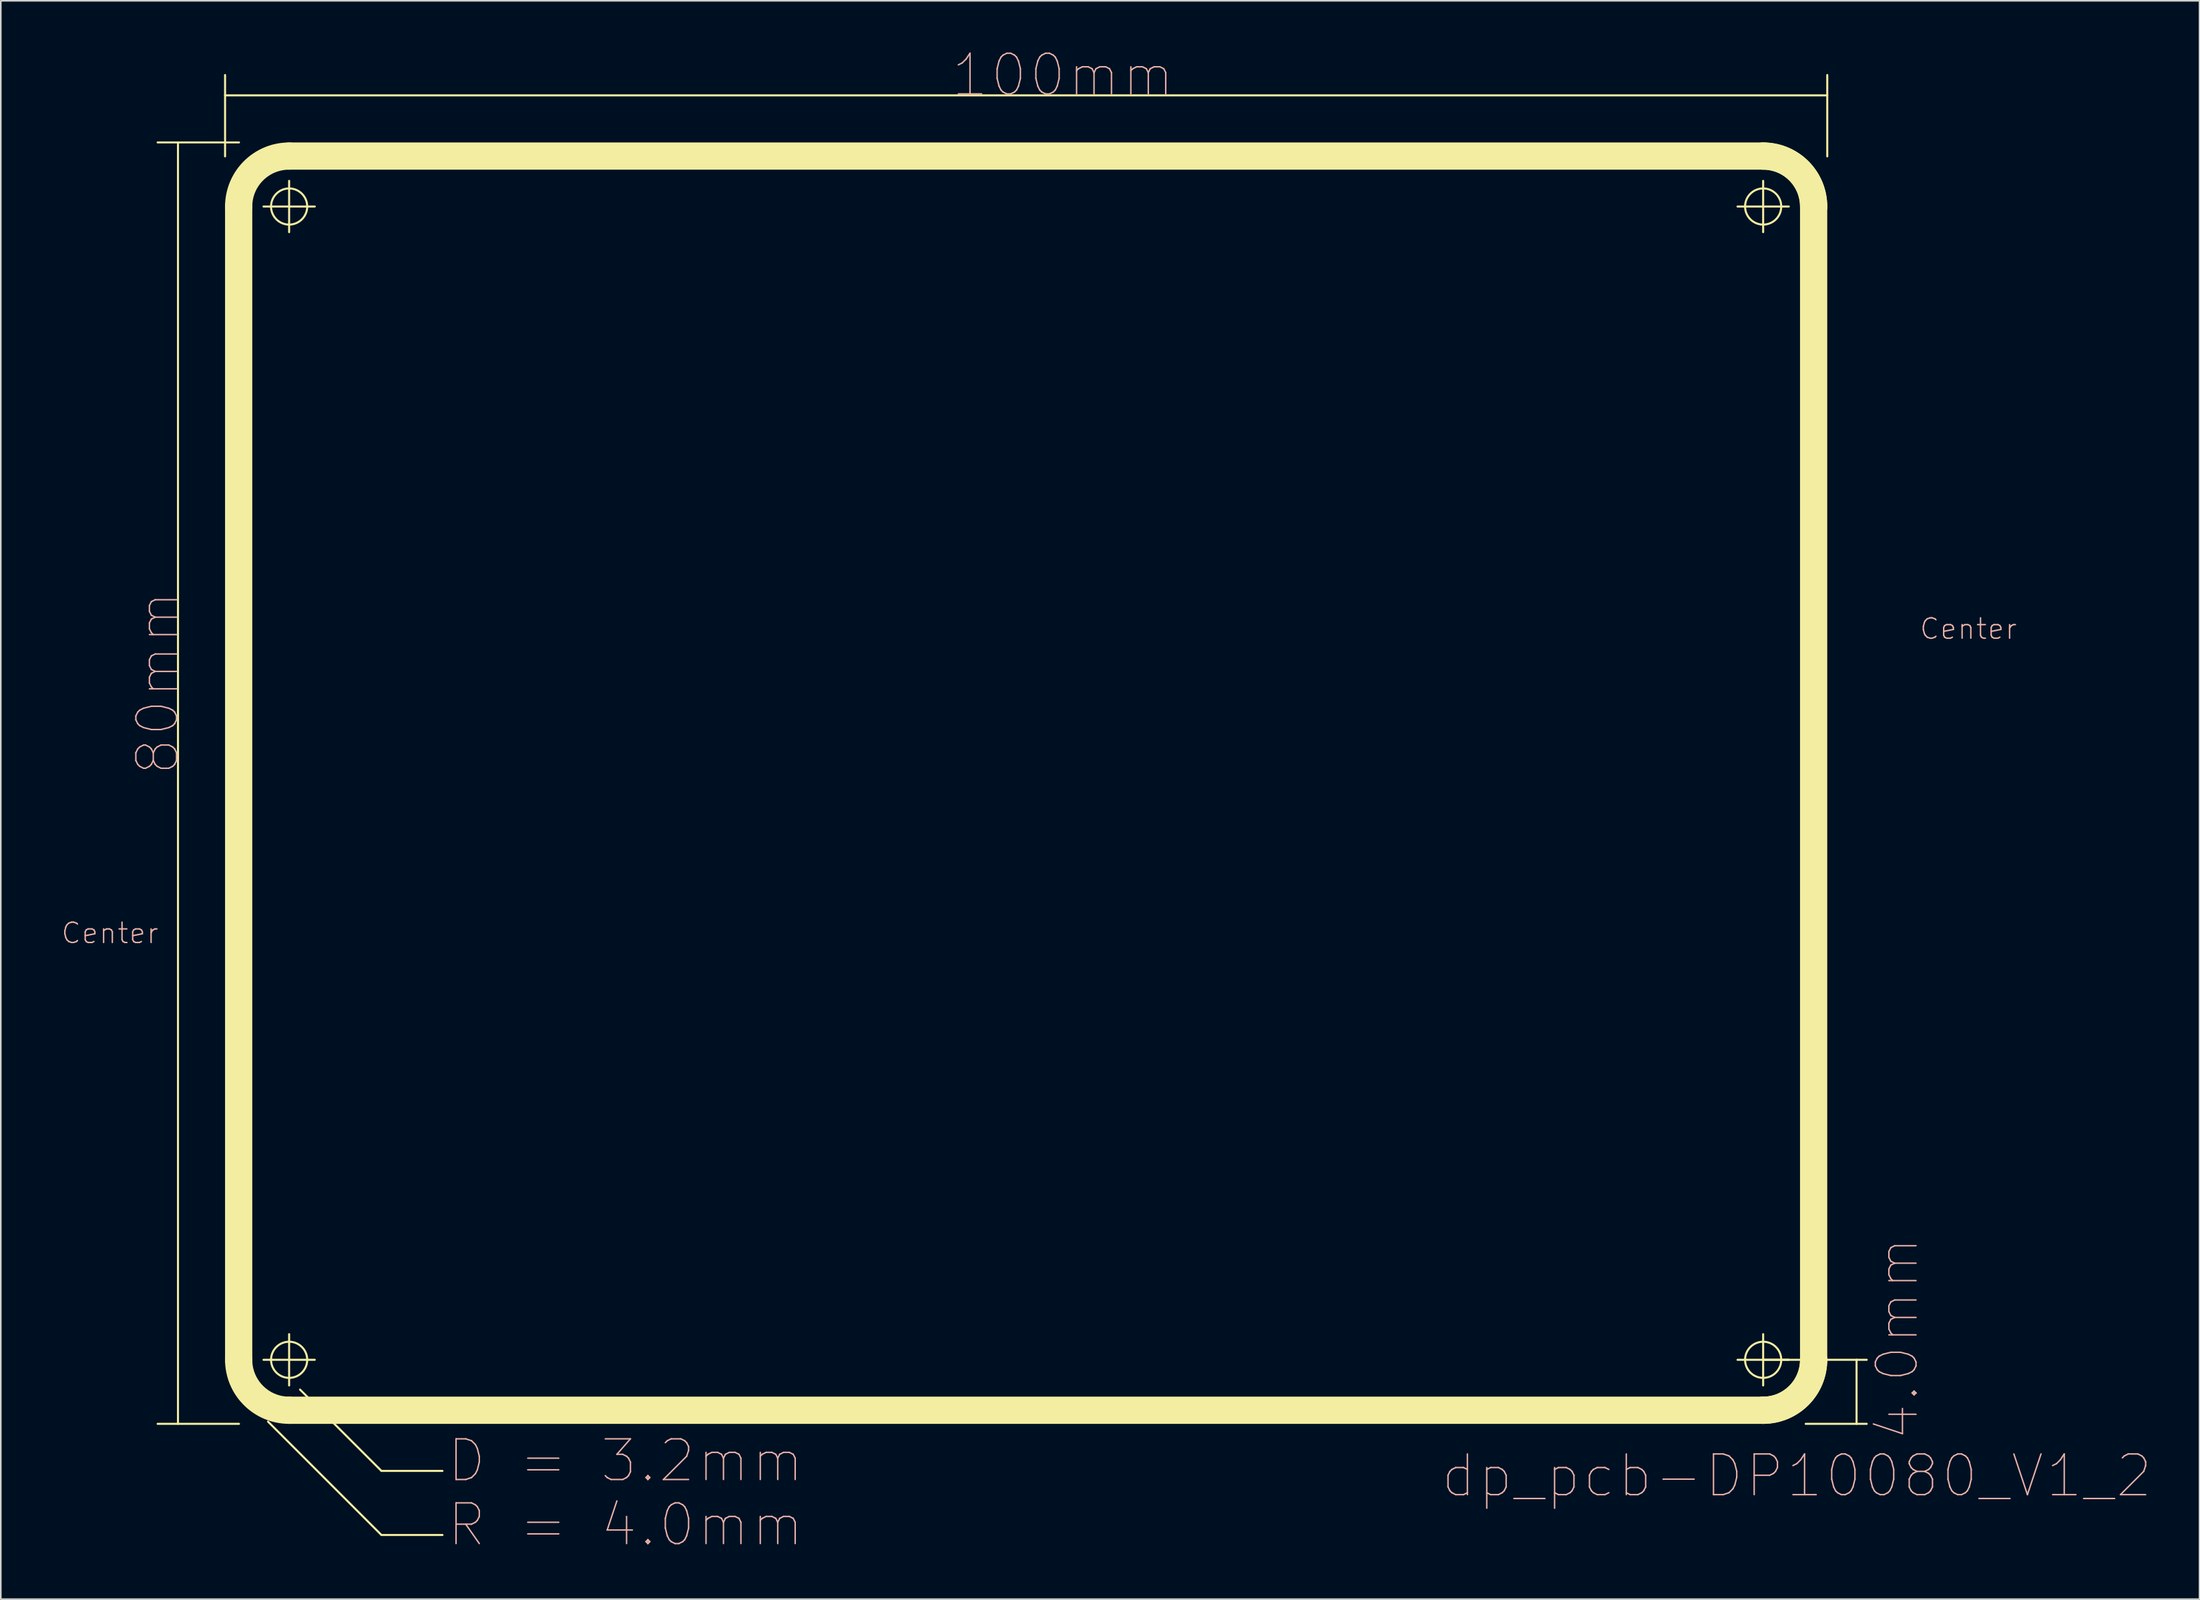
<source format=kicad_pcb>
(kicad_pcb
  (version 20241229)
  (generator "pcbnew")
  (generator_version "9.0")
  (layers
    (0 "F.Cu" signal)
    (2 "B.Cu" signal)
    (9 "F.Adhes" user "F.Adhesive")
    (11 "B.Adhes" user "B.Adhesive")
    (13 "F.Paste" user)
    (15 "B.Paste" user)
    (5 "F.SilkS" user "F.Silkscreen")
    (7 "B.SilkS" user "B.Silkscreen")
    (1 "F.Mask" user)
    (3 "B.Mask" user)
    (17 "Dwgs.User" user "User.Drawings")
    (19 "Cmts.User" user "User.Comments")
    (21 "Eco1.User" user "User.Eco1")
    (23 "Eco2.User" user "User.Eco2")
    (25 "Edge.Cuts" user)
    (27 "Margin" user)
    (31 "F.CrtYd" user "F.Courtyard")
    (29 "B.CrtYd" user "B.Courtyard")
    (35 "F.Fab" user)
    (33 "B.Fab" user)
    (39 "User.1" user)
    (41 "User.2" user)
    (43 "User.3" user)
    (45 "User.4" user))
  (footprint "dp_pcb-DP10080_V1_2"
    (layer "F.Cu")
    (at 10.998 85.842)
    (property "Reference" "dp_pcb-DP10080_V1_2" (at 98.1 3.25 0) (layer "B.SilkS") (effects (font (size 2.54 2.54) (thickness 0.089))))
    (attr exclude_from_pos_files exclude_from_bom)
    (fp_line (start -4.999 -30) (end -10.998 -30) (stroke (width 0.00012) (type solid)) (layer "F.SilkS"))
    (fp_line (start -4.209 -80) (end 0.869 -80) (stroke (width 0.127) (type solid)) (layer "F.SilkS"))
    (fp_line (start -4.209 0) (end 0.869 0) (stroke (width 0.127) (type solid)) (layer "F.SilkS"))
    (fp_line (start -2.939 -80) (end -2.939 0) (stroke (width 0.127) (type solid)) (layer "F.SilkS"))
    (fp_line (start 0 -84.209) (end 0 -79.129) (stroke (width 0.127) (type solid)) (layer "F.SilkS"))
    (fp_line (start 0 -75.999) (end 0 -3.998) (stroke (width 0.00012) (type solid)) (layer "F.SilkS"))
    (fp_line (start 0 -75.999) (end 0.033 -76.52) (stroke (width 0.00012) (type solid)) (layer "F.SilkS"))
    (fp_line (start 0 -75.999) (end 0.033 -76.52) (stroke (width 0.00012) (type solid)) (layer "F.SilkS"))
    (fp_line (start 0 -75.999) (end 0.033 -76.52) (stroke (width 0.00012) (type solid)) (layer "F.SilkS"))
    (fp_line (start 0 -73) (end 0 -75.999) (stroke (width 0.00012) (type solid)) (layer "F.SilkS"))
    (fp_line (start 0 -73) (end 0 -75.999) (stroke (width 0.00012) (type solid)) (layer "F.SilkS"))
    (fp_line (start 0 -73) (end 0 -75.999) (stroke (width 0.00012) (type solid)) (layer "F.SilkS"))
    (fp_line (start 0 -40) (end 100 -40) (stroke (width 0.00012) (type solid)) (layer "F.SilkS"))
    (fp_line (start 0 -6.998) (end 3.998 -6.998) (stroke (width 0.00012) (type solid)) (layer "F.SilkS"))
    (fp_line (start 0 -6.998) (end 3.998 -6.998) (stroke (width 0.00012) (type solid)) (layer "F.SilkS"))
    (fp_line (start 0 -6.998) (end 3.998 -6.998) (stroke (width 0.00012) (type solid)) (layer "F.SilkS"))
    (fp_line (start 0 -3.998) (end 0 -6.998) (stroke (width 0.00012) (type solid)) (layer "F.SilkS"))
    (fp_line (start 0 -3.998) (end 0 -6.998) (stroke (width 0.00012) (type solid)) (layer "F.SilkS"))
    (fp_line (start 0 -3.998) (end 0 -6.998) (stroke (width 0.00012) (type solid)) (layer "F.SilkS"))
    (fp_line (start 0.033 -76.52) (end 0.135 -77.033) (stroke (width 0.00012) (type solid)) (layer "F.SilkS"))
    (fp_line (start 0.033 -76.52) (end 0.135 -77.033) (stroke (width 0.00012) (type solid)) (layer "F.SilkS"))
    (fp_line (start 0.033 -76.52) (end 0.135 -77.033) (stroke (width 0.00012) (type solid)) (layer "F.SilkS"))
    (fp_line (start 0.033 -3.477) (end 0 -3.998) (stroke (width 0.00012) (type solid)) (layer "F.SilkS"))
    (fp_line (start 0.033 -3.477) (end 0 -3.998) (stroke (width 0.00012) (type solid)) (layer "F.SilkS"))
    (fp_line (start 0.033 -3.477) (end 0 -3.998) (stroke (width 0.00012) (type solid)) (layer "F.SilkS"))
    (fp_line (start 0.135 -77.033) (end 0.302 -77.528) (stroke (width 0.00012) (type solid)) (layer "F.SilkS"))
    (fp_line (start 0.135 -77.033) (end 0.302 -77.528) (stroke (width 0.00012) (type solid)) (layer "F.SilkS"))
    (fp_line (start 0.135 -77.033) (end 0.302 -77.528) (stroke (width 0.00012) (type solid)) (layer "F.SilkS"))
    (fp_line (start 0.135 -2.964) (end 0.033 -3.477) (stroke (width 0.00012) (type solid)) (layer "F.SilkS"))
    (fp_line (start 0.135 -2.964) (end 0.033 -3.477) (stroke (width 0.00012) (type solid)) (layer "F.SilkS"))
    (fp_line (start 0.135 -2.964) (end 0.033 -3.477) (stroke (width 0.00012) (type solid)) (layer "F.SilkS"))
    (fp_line (start 0.302 -77.528) (end 0.533 -77.998) (stroke (width 0.00012) (type solid)) (layer "F.SilkS"))
    (fp_line (start 0.302 -77.528) (end 0.533 -77.998) (stroke (width 0.00012) (type solid)) (layer "F.SilkS"))
    (fp_line (start 0.302 -77.528) (end 0.533 -77.998) (stroke (width 0.00012) (type solid)) (layer "F.SilkS"))
    (fp_line (start 0.302 -2.469) (end 0.135 -2.964) (stroke (width 0.00012) (type solid)) (layer "F.SilkS"))
    (fp_line (start 0.302 -2.469) (end 0.135 -2.964) (stroke (width 0.00012) (type solid)) (layer "F.SilkS"))
    (fp_line (start 0.302 -2.469) (end 0.135 -2.964) (stroke (width 0.00012) (type solid)) (layer "F.SilkS"))
    (fp_line (start 0.533 -77.998) (end 0.826 -78.433) (stroke (width 0.00012) (type solid)) (layer "F.SilkS"))
    (fp_line (start 0.533 -77.998) (end 0.826 -78.433) (stroke (width 0.00012) (type solid)) (layer "F.SilkS"))
    (fp_line (start 0.533 -77.998) (end 0.826 -78.433) (stroke (width 0.00012) (type solid)) (layer "F.SilkS"))
    (fp_line (start 0.533 -1.999) (end 0.302 -2.469) (stroke (width 0.00012) (type solid)) (layer "F.SilkS"))
    (fp_line (start 0.533 -1.999) (end 0.302 -2.469) (stroke (width 0.00012) (type solid)) (layer "F.SilkS"))
    (fp_line (start 0.533 -1.999) (end 0.302 -2.469) (stroke (width 0.00012) (type solid)) (layer "F.SilkS"))
    (fp_line (start 0.826 -78.433) (end 1.171 -78.826) (stroke (width 0.00012) (type solid)) (layer "F.SilkS"))
    (fp_line (start 0.826 -78.433) (end 1.171 -78.826) (stroke (width 0.00012) (type solid)) (layer "F.SilkS"))
    (fp_line (start 0.826 -78.433) (end 1.171 -78.826) (stroke (width 0.00012) (type solid)) (layer "F.SilkS"))
    (fp_line (start 0.826 -1.565) (end 0.533 -1.999) (stroke (width 0.00012) (type solid)) (layer "F.SilkS"))
    (fp_line (start 0.826 -1.565) (end 0.533 -1.999) (stroke (width 0.00012) (type solid)) (layer "F.SilkS"))
    (fp_line (start 0.826 -1.565) (end 0.533 -1.999) (stroke (width 0.00012) (type solid)) (layer "F.SilkS"))
    (fp_line (start 0.848 -3.998) (end 0.848 -75.999) (stroke (width 1.699) (type solid)) (layer "F.SilkS"))
    (fp_line (start 1.171 -78.826) (end 1.565 -79.172) (stroke (width 0.00012) (type solid)) (layer "F.SilkS"))
    (fp_line (start 1.171 -78.826) (end 1.565 -79.172) (stroke (width 0.00012) (type solid)) (layer "F.SilkS"))
    (fp_line (start 1.171 -78.826) (end 1.565 -79.172) (stroke (width 0.00012) (type solid)) (layer "F.SilkS"))
    (fp_line (start 1.171 -1.171) (end 0.826 -1.565) (stroke (width 0.00012) (type solid)) (layer "F.SilkS"))
    (fp_line (start 1.171 -1.171) (end 0.826 -1.565) (stroke (width 0.00012) (type solid)) (layer "F.SilkS"))
    (fp_line (start 1.171 -1.171) (end 0.826 -1.565) (stroke (width 0.00012) (type solid)) (layer "F.SilkS"))
    (fp_line (start 1.565 -79.172) (end 1.999 -79.464) (stroke (width 0.00012) (type solid)) (layer "F.SilkS"))
    (fp_line (start 1.565 -79.172) (end 1.999 -79.464) (stroke (width 0.00012) (type solid)) (layer "F.SilkS"))
    (fp_line (start 1.565 -79.172) (end 1.999 -79.464) (stroke (width 0.00012) (type solid)) (layer "F.SilkS"))
    (fp_line (start 1.565 -0.826) (end 1.171 -1.171) (stroke (width 0.00012) (type solid)) (layer "F.SilkS"))
    (fp_line (start 1.565 -0.826) (end 1.171 -1.171) (stroke (width 0.00012) (type solid)) (layer "F.SilkS"))
    (fp_line (start 1.565 -0.826) (end 1.171 -1.171) (stroke (width 0.00012) (type solid)) (layer "F.SilkS"))
    (fp_line (start 1.999 -79.464) (end 2.469 -79.695) (stroke (width 0.00012) (type solid)) (layer "F.SilkS"))
    (fp_line (start 1.999 -79.464) (end 2.469 -79.695) (stroke (width 0.00012) (type solid)) (layer "F.SilkS"))
    (fp_line (start 1.999 -79.464) (end 2.469 -79.695) (stroke (width 0.00012) (type solid)) (layer "F.SilkS"))
    (fp_line (start 1.999 -0.533) (end 1.565 -0.826) (stroke (width 0.00012) (type solid)) (layer "F.SilkS"))
    (fp_line (start 1.999 -0.533) (end 1.565 -0.826) (stroke (width 0.00012) (type solid)) (layer "F.SilkS"))
    (fp_line (start 1.999 -0.533) (end 1.565 -0.826) (stroke (width 0.00012) (type solid)) (layer "F.SilkS"))
    (fp_line (start 2.398 -75.999) (end 5.598 -75.999) (stroke (width 0.127) (type solid)) (layer "F.SilkS"))
    (fp_line (start 2.398 -3.998) (end 5.598 -3.998) (stroke (width 0.127) (type solid)) (layer "F.SilkS"))
    (fp_line (start 2.469 -79.695) (end 2.964 -79.863) (stroke (width 0.00012) (type solid)) (layer "F.SilkS"))
    (fp_line (start 2.469 -79.695) (end 2.964 -79.863) (stroke (width 0.00012) (type solid)) (layer "F.SilkS"))
    (fp_line (start 2.469 -79.695) (end 2.964 -79.863) (stroke (width 0.00012) (type solid)) (layer "F.SilkS"))
    (fp_line (start 2.469 -0.302) (end 1.999 -0.533) (stroke (width 0.00012) (type solid)) (layer "F.SilkS"))
    (fp_line (start 2.469 -0.302) (end 1.999 -0.533) (stroke (width 0.00012) (type solid)) (layer "F.SilkS"))
    (fp_line (start 2.469 -0.302) (end 1.999 -0.533) (stroke (width 0.00012) (type solid)) (layer "F.SilkS"))
    (fp_line (start 2.68 -0.14) (end 9.759 6.939) (stroke (width 0.127) (type solid)) (layer "F.SilkS"))
    (fp_line (start 2.964 -79.863) (end 3.477 -79.964) (stroke (width 0.00012) (type solid)) (layer "F.SilkS"))
    (fp_line (start 2.964 -79.863) (end 3.477 -79.964) (stroke (width 0.00012) (type solid)) (layer "F.SilkS"))
    (fp_line (start 2.964 -79.863) (end 3.477 -79.964) (stroke (width 0.00012) (type solid)) (layer "F.SilkS"))
    (fp_line (start 2.964 -0.135) (end 2.469 -0.302) (stroke (width 0.00012) (type solid)) (layer "F.SilkS"))
    (fp_line (start 2.964 -0.135) (end 2.469 -0.302) (stroke (width 0.00012) (type solid)) (layer "F.SilkS"))
    (fp_line (start 2.964 -0.135) (end 2.469 -0.302) (stroke (width 0.00012) (type solid)) (layer "F.SilkS"))
    (fp_line (start 3.477 -79.964) (end 3.998 -80) (stroke (width 0.00012) (type solid)) (layer "F.SilkS"))
    (fp_line (start 3.477 -79.964) (end 3.998 -80) (stroke (width 0.00012) (type solid)) (layer "F.SilkS"))
    (fp_line (start 3.477 -79.964) (end 3.998 -80) (stroke (width 0.00012) (type solid)) (layer "F.SilkS"))
    (fp_line (start 3.477 -0.033) (end 2.964 -0.135) (stroke (width 0.00012) (type solid)) (layer "F.SilkS"))
    (fp_line (start 3.477 -0.033) (end 2.964 -0.135) (stroke (width 0.00012) (type solid)) (layer "F.SilkS"))
    (fp_line (start 3.477 -0.033) (end 2.964 -0.135) (stroke (width 0.00012) (type solid)) (layer "F.SilkS"))
    (fp_line (start 3.998 -80) (end 6.998 -80) (stroke (width 0.00012) (type solid)) (layer "F.SilkS"))
    (fp_line (start 3.998 -80) (end 6.998 -80) (stroke (width 0.00012) (type solid)) (layer "F.SilkS"))
    (fp_line (start 3.998 -80) (end 6.998 -80) (stroke (width 0.00012) (type solid)) (layer "F.SilkS"))
    (fp_line (start 3.998 -79.149) (end 95.999 -79.149) (stroke (width 1.699) (type solid)) (layer "F.SilkS"))
    (fp_line (start 3.998 -74.399) (end 3.998 -77.6) (stroke (width 0.127) (type solid)) (layer "F.SilkS"))
    (fp_line (start 3.998 -73) (end 0 -73) (stroke (width 0.00012) (type solid)) (layer "F.SilkS"))
    (fp_line (start 3.998 -73) (end 0 -73) (stroke (width 0.00012) (type solid)) (layer "F.SilkS"))
    (fp_line (start 3.998 -73) (end 0 -73) (stroke (width 0.00012) (type solid)) (layer "F.SilkS"))
    (fp_line (start 3.998 -38.999) (end -4.999 -30) (stroke (width 0.00012) (type solid)) (layer "F.SilkS"))
    (fp_line (start 3.998 -6.998) (end 4.425 -6.967) (stroke (width 0.00012) (type solid)) (layer "F.SilkS"))
    (fp_line (start 3.998 -6.998) (end 4.425 -6.967) (stroke (width 0.00012) (type solid)) (layer "F.SilkS"))
    (fp_line (start 3.998 -6.998) (end 4.425 -6.967) (stroke (width 0.00012) (type solid)) (layer "F.SilkS"))
    (fp_line (start 3.998 -2.398) (end 3.998 -5.598) (stroke (width 0.127) (type solid)) (layer "F.SilkS"))
    (fp_line (start 3.998 0) (end 3.477 -0.033) (stroke (width 0.00012) (type solid)) (layer "F.SilkS"))
    (fp_line (start 3.998 0) (end 3.477 -0.033) (stroke (width 0.00012) (type solid)) (layer "F.SilkS"))
    (fp_line (start 3.998 0) (end 3.477 -0.033) (stroke (width 0.00012) (type solid)) (layer "F.SilkS"))
    (fp_line (start 3.998 0) (end 95.999 0) (stroke (width 0.00012) (type solid)) (layer "F.SilkS"))
    (fp_line (start 4.425 -73.03) (end 3.998 -73) (stroke (width 0.00012) (type solid)) (layer "F.SilkS"))
    (fp_line (start 4.425 -73.03) (end 3.998 -73) (stroke (width 0.00012) (type solid)) (layer "F.SilkS"))
    (fp_line (start 4.425 -73.03) (end 3.998 -73) (stroke (width 0.00012) (type solid)) (layer "F.SilkS"))
    (fp_line (start 4.425 -6.967) (end 4.844 -6.878) (stroke (width 0.00012) (type solid)) (layer "F.SilkS"))
    (fp_line (start 4.425 -6.967) (end 4.844 -6.878) (stroke (width 0.00012) (type solid)) (layer "F.SilkS"))
    (fp_line (start 4.425 -6.967) (end 4.844 -6.878) (stroke (width 0.00012) (type solid)) (layer "F.SilkS"))
    (fp_line (start 4.679 -2.139) (end 9.759 2.939) (stroke (width 0.127) (type solid)) (layer "F.SilkS"))
    (fp_line (start 4.844 -73.122) (end 4.425 -73.03) (stroke (width 0.00012) (type solid)) (layer "F.SilkS"))
    (fp_line (start 4.844 -73.122) (end 4.425 -73.03) (stroke (width 0.00012) (type solid)) (layer "F.SilkS"))
    (fp_line (start 4.844 -73.122) (end 4.425 -73.03) (stroke (width 0.00012) (type solid)) (layer "F.SilkS"))
    (fp_line (start 4.844 -6.878) (end 5.245 -6.728) (stroke (width 0.00012) (type solid)) (layer "F.SilkS"))
    (fp_line (start 4.844 -6.878) (end 5.245 -6.728) (stroke (width 0.00012) (type solid)) (layer "F.SilkS"))
    (fp_line (start 4.844 -6.878) (end 5.245 -6.728) (stroke (width 0.00012) (type solid)) (layer "F.SilkS"))
    (fp_line (start 5.245 -73.269) (end 4.844 -73.122) (stroke (width 0.00012) (type solid)) (layer "F.SilkS"))
    (fp_line (start 5.245 -73.269) (end 4.844 -73.122) (stroke (width 0.00012) (type solid)) (layer "F.SilkS"))
    (fp_line (start 5.245 -73.269) (end 4.844 -73.122) (stroke (width 0.00012) (type solid)) (layer "F.SilkS"))
    (fp_line (start 5.245 -6.728) (end 5.621 -6.523) (stroke (width 0.00012) (type solid)) (layer "F.SilkS"))
    (fp_line (start 5.245 -6.728) (end 5.621 -6.523) (stroke (width 0.00012) (type solid)) (layer "F.SilkS"))
    (fp_line (start 5.245 -6.728) (end 5.621 -6.523) (stroke (width 0.00012) (type solid)) (layer "F.SilkS"))
    (fp_line (start 5.248 -41.999) (end 5.248 -37.998) (stroke (width 0.00012) (type solid)) (layer "F.SilkS"))
    (fp_line (start 5.621 -73.475) (end 5.245 -73.269) (stroke (width 0.00012) (type solid)) (layer "F.SilkS"))
    (fp_line (start 5.621 -73.475) (end 5.245 -73.269) (stroke (width 0.00012) (type solid)) (layer "F.SilkS"))
    (fp_line (start 5.621 -73.475) (end 5.245 -73.269) (stroke (width 0.00012) (type solid)) (layer "F.SilkS"))
    (fp_line (start 5.621 -6.523) (end 5.964 -6.266) (stroke (width 0.00012) (type solid)) (layer "F.SilkS"))
    (fp_line (start 5.621 -6.523) (end 5.964 -6.266) (stroke (width 0.00012) (type solid)) (layer "F.SilkS"))
    (fp_line (start 5.621 -6.523) (end 5.964 -6.266) (stroke (width 0.00012) (type solid)) (layer "F.SilkS"))
    (fp_line (start 5.964 -73.731) (end 5.621 -73.475) (stroke (width 0.00012) (type solid)) (layer "F.SilkS"))
    (fp_line (start 5.964 -73.731) (end 5.621 -73.475) (stroke (width 0.00012) (type solid)) (layer "F.SilkS"))
    (fp_line (start 5.964 -73.731) (end 5.621 -73.475) (stroke (width 0.00012) (type solid)) (layer "F.SilkS"))
    (fp_line (start 5.964 -6.266) (end 6.266 -5.964) (stroke (width 0.00012) (type solid)) (layer "F.SilkS"))
    (fp_line (start 5.964 -6.266) (end 6.266 -5.964) (stroke (width 0.00012) (type solid)) (layer "F.SilkS"))
    (fp_line (start 5.964 -6.266) (end 6.266 -5.964) (stroke (width 0.00012) (type solid)) (layer "F.SilkS"))
    (fp_line (start 6.266 -74.033) (end 5.964 -73.731) (stroke (width 0.00012) (type solid)) (layer "F.SilkS"))
    (fp_line (start 6.266 -74.033) (end 5.964 -73.731) (stroke (width 0.00012) (type solid)) (layer "F.SilkS"))
    (fp_line (start 6.266 -74.033) (end 5.964 -73.731) (stroke (width 0.00012) (type solid)) (layer "F.SilkS"))
    (fp_line (start 6.266 -5.964) (end 6.523 -5.621) (stroke (width 0.00012) (type solid)) (layer "F.SilkS"))
    (fp_line (start 6.266 -5.964) (end 6.523 -5.621) (stroke (width 0.00012) (type solid)) (layer "F.SilkS"))
    (fp_line (start 6.266 -5.964) (end 6.523 -5.621) (stroke (width 0.00012) (type solid)) (layer "F.SilkS"))
    (fp_line (start 6.523 -74.376) (end 6.266 -74.033) (stroke (width 0.00012) (type solid)) (layer "F.SilkS"))
    (fp_line (start 6.523 -74.376) (end 6.266 -74.033) (stroke (width 0.00012) (type solid)) (layer "F.SilkS"))
    (fp_line (start 6.523 -74.376) (end 6.266 -74.033) (stroke (width 0.00012) (type solid)) (layer "F.SilkS"))
    (fp_line (start 6.523 -5.621) (end 6.728 -5.245) (stroke (width 0.00012) (type solid)) (layer "F.SilkS"))
    (fp_line (start 6.523 -5.621) (end 6.728 -5.245) (stroke (width 0.00012) (type solid)) (layer "F.SilkS"))
    (fp_line (start 6.523 -5.621) (end 6.728 -5.245) (stroke (width 0.00012) (type solid)) (layer "F.SilkS"))
    (fp_line (start 6.728 -74.752) (end 6.523 -74.376) (stroke (width 0.00012) (type solid)) (layer "F.SilkS"))
    (fp_line (start 6.728 -74.752) (end 6.523 -74.376) (stroke (width 0.00012) (type solid)) (layer "F.SilkS"))
    (fp_line (start 6.728 -74.752) (end 6.523 -74.376) (stroke (width 0.00012) (type solid)) (layer "F.SilkS"))
    (fp_line (start 6.728 -5.245) (end 6.878 -4.844) (stroke (width 0.00012) (type solid)) (layer "F.SilkS"))
    (fp_line (start 6.728 -5.245) (end 6.878 -4.844) (stroke (width 0.00012) (type solid)) (layer "F.SilkS"))
    (fp_line (start 6.728 -5.245) (end 6.878 -4.844) (stroke (width 0.00012) (type solid)) (layer "F.SilkS"))
    (fp_line (start 6.878 -75.154) (end 6.728 -74.752) (stroke (width 0.00012) (type solid)) (layer "F.SilkS"))
    (fp_line (start 6.878 -75.154) (end 6.728 -74.752) (stroke (width 0.00012) (type solid)) (layer "F.SilkS"))
    (fp_line (start 6.878 -75.154) (end 6.728 -74.752) (stroke (width 0.00012) (type solid)) (layer "F.SilkS"))
    (fp_line (start 6.878 -4.844) (end 6.967 -4.425) (stroke (width 0.00012) (type solid)) (layer "F.SilkS"))
    (fp_line (start 6.878 -4.844) (end 6.967 -4.425) (stroke (width 0.00012) (type solid)) (layer "F.SilkS"))
    (fp_line (start 6.878 -4.844) (end 6.967 -4.425) (stroke (width 0.00012) (type solid)) (layer "F.SilkS"))
    (fp_line (start 6.967 -75.573) (end 6.878 -75.154) (stroke (width 0.00012) (type solid)) (layer "F.SilkS"))
    (fp_line (start 6.967 -75.573) (end 6.878 -75.154) (stroke (width 0.00012) (type solid)) (layer "F.SilkS"))
    (fp_line (start 6.967 -75.573) (end 6.878 -75.154) (stroke (width 0.00012) (type solid)) (layer "F.SilkS"))
    (fp_line (start 6.967 -4.425) (end 6.998 -3.998) (stroke (width 0.00012) (type solid)) (layer "F.SilkS"))
    (fp_line (start 6.967 -4.425) (end 6.998 -3.998) (stroke (width 0.00012) (type solid)) (layer "F.SilkS"))
    (fp_line (start 6.967 -4.425) (end 6.998 -3.998) (stroke (width 0.00012) (type solid)) (layer "F.SilkS"))
    (fp_line (start 6.998 -80) (end 6.998 -75.999) (stroke (width 0.00012) (type solid)) (layer "F.SilkS"))
    (fp_line (start 6.998 -80) (end 6.998 -75.999) (stroke (width 0.00012) (type solid)) (layer "F.SilkS"))
    (fp_line (start 6.998 -80) (end 6.998 -75.999) (stroke (width 0.00012) (type solid)) (layer "F.SilkS"))
    (fp_line (start 6.998 -75.999) (end 6.967 -75.573) (stroke (width 0.00012) (type solid)) (layer "F.SilkS"))
    (fp_line (start 6.998 -75.999) (end 6.967 -75.573) (stroke (width 0.00012) (type solid)) (layer "F.SilkS"))
    (fp_line (start 6.998 -75.999) (end 6.967 -75.573) (stroke (width 0.00012) (type solid)) (layer "F.SilkS"))
    (fp_line (start 6.998 -3.998) (end 6.998 0) (stroke (width 0.00012) (type solid)) (layer "F.SilkS"))
    (fp_line (start 6.998 -3.998) (end 6.998 0) (stroke (width 0.00012) (type solid)) (layer "F.SilkS"))
    (fp_line (start 6.998 -3.998) (end 6.998 0) (stroke (width 0.00012) (type solid)) (layer "F.SilkS"))
    (fp_line (start 6.998 0) (end 3.998 0) (stroke (width 0.00012) (type solid)) (layer "F.SilkS"))
    (fp_line (start 6.998 0) (end 3.998 0) (stroke (width 0.00012) (type solid)) (layer "F.SilkS"))
    (fp_line (start 6.998 0) (end 3.998 0) (stroke (width 0.00012) (type solid)) (layer "F.SilkS"))
    (fp_line (start 9.759 2.939) (end 13.569 2.939) (stroke (width 0.127) (type solid)) (layer "F.SilkS"))
    (fp_line (start 9.759 6.939) (end 13.569 6.939) (stroke (width 0.127) (type solid)) (layer "F.SilkS"))
    (fp_line (start 50 -80) (end 50 0) (stroke (width 0.00012) (type solid)) (layer "F.SilkS"))
    (fp_line (start 93 -80) (end 95.999 -80) (stroke (width 0.00012) (type solid)) (layer "F.SilkS"))
    (fp_line (start 93 -80) (end 95.999 -80) (stroke (width 0.00012) (type solid)) (layer "F.SilkS"))
    (fp_line (start 93 -80) (end 95.999 -80) (stroke (width 0.00012) (type solid)) (layer "F.SilkS"))
    (fp_line (start 93 -75.999) (end 93 -80) (stroke (width 0.00012) (type solid)) (layer "F.SilkS"))
    (fp_line (start 93 -75.999) (end 93 -80) (stroke (width 0.00012) (type solid)) (layer "F.SilkS"))
    (fp_line (start 93 -75.999) (end 93 -80) (stroke (width 0.00012) (type solid)) (layer "F.SilkS"))
    (fp_line (start 93 -3.998) (end 93.03 -4.425) (stroke (width 0.00012) (type solid)) (layer "F.SilkS"))
    (fp_line (start 93 -3.998) (end 93.03 -4.425) (stroke (width 0.00012) (type solid)) (layer "F.SilkS"))
    (fp_line (start 93 -3.998) (end 93.03 -4.425) (stroke (width 0.00012) (type solid)) (layer "F.SilkS"))
    (fp_line (start 93 0) (end 93 -3.998) (stroke (width 0.00012) (type solid)) (layer "F.SilkS"))
    (fp_line (start 93 0) (end 93 -3.998) (stroke (width 0.00012) (type solid)) (layer "F.SilkS"))
    (fp_line (start 93 0) (end 93 -3.998) (stroke (width 0.00012) (type solid)) (layer "F.SilkS"))
    (fp_line (start 93.03 -75.573) (end 93 -75.999) (stroke (width 0.00012) (type solid)) (layer "F.SilkS"))
    (fp_line (start 93.03 -75.573) (end 93 -75.999) (stroke (width 0.00012) (type solid)) (layer "F.SilkS"))
    (fp_line (start 93.03 -75.573) (end 93 -75.999) (stroke (width 0.00012) (type solid)) (layer "F.SilkS"))
    (fp_line (start 93.03 -4.425) (end 93.121 -4.844) (stroke (width 0.00012) (type solid)) (layer "F.SilkS"))
    (fp_line (start 93.03 -4.425) (end 93.121 -4.844) (stroke (width 0.00012) (type solid)) (layer "F.SilkS"))
    (fp_line (start 93.03 -4.425) (end 93.121 -4.844) (stroke (width 0.00012) (type solid)) (layer "F.SilkS"))
    (fp_line (start 93.121 -75.154) (end 93.03 -75.573) (stroke (width 0.00012) (type solid)) (layer "F.SilkS"))
    (fp_line (start 93.121 -75.154) (end 93.03 -75.573) (stroke (width 0.00012) (type solid)) (layer "F.SilkS"))
    (fp_line (start 93.121 -75.154) (end 93.03 -75.573) (stroke (width 0.00012) (type solid)) (layer "F.SilkS"))
    (fp_line (start 93.121 -4.844) (end 93.269 -5.245) (stroke (width 0.00012) (type solid)) (layer "F.SilkS"))
    (fp_line (start 93.121 -4.844) (end 93.269 -5.245) (stroke (width 0.00012) (type solid)) (layer "F.SilkS"))
    (fp_line (start 93.121 -4.844) (end 93.269 -5.245) (stroke (width 0.00012) (type solid)) (layer "F.SilkS"))
    (fp_line (start 93.269 -74.752) (end 93.121 -75.154) (stroke (width 0.00012) (type solid)) (layer "F.SilkS"))
    (fp_line (start 93.269 -74.752) (end 93.121 -75.154) (stroke (width 0.00012) (type solid)) (layer "F.SilkS"))
    (fp_line (start 93.269 -74.752) (end 93.121 -75.154) (stroke (width 0.00012) (type solid)) (layer "F.SilkS"))
    (fp_line (start 93.269 -5.245) (end 93.475 -5.621) (stroke (width 0.00012) (type solid)) (layer "F.SilkS"))
    (fp_line (start 93.269 -5.245) (end 93.475 -5.621) (stroke (width 0.00012) (type solid)) (layer "F.SilkS"))
    (fp_line (start 93.269 -5.245) (end 93.475 -5.621) (stroke (width 0.00012) (type solid)) (layer "F.SilkS"))
    (fp_line (start 93.475 -74.376) (end 93.269 -74.752) (stroke (width 0.00012) (type solid)) (layer "F.SilkS"))
    (fp_line (start 93.475 -74.376) (end 93.269 -74.752) (stroke (width 0.00012) (type solid)) (layer "F.SilkS"))
    (fp_line (start 93.475 -74.376) (end 93.269 -74.752) (stroke (width 0.00012) (type solid)) (layer "F.SilkS"))
    (fp_line (start 93.475 -5.621) (end 93.731 -5.964) (stroke (width 0.00012) (type solid)) (layer "F.SilkS"))
    (fp_line (start 93.475 -5.621) (end 93.731 -5.964) (stroke (width 0.00012) (type solid)) (layer "F.SilkS"))
    (fp_line (start 93.475 -5.621) (end 93.731 -5.964) (stroke (width 0.00012) (type solid)) (layer "F.SilkS"))
    (fp_line (start 93.731 -74.033) (end 93.475 -74.376) (stroke (width 0.00012) (type solid)) (layer "F.SilkS"))
    (fp_line (start 93.731 -74.033) (end 93.475 -74.376) (stroke (width 0.00012) (type solid)) (layer "F.SilkS"))
    (fp_line (start 93.731 -74.033) (end 93.475 -74.376) (stroke (width 0.00012) (type solid)) (layer "F.SilkS"))
    (fp_line (start 93.731 -5.964) (end 94.033 -6.266) (stroke (width 0.00012) (type solid)) (layer "F.SilkS"))
    (fp_line (start 93.731 -5.964) (end 94.033 -6.266) (stroke (width 0.00012) (type solid)) (layer "F.SilkS"))
    (fp_line (start 93.731 -5.964) (end 94.033 -6.266) (stroke (width 0.00012) (type solid)) (layer "F.SilkS"))
    (fp_line (start 94.033 -73.731) (end 93.731 -74.033) (stroke (width 0.00012) (type solid)) (layer "F.SilkS"))
    (fp_line (start 94.033 -73.731) (end 93.731 -74.033) (stroke (width 0.00012) (type solid)) (layer "F.SilkS"))
    (fp_line (start 94.033 -73.731) (end 93.731 -74.033) (stroke (width 0.00012) (type solid)) (layer "F.SilkS"))
    (fp_line (start 94.033 -6.266) (end 94.376 -6.523) (stroke (width 0.00012) (type solid)) (layer "F.SilkS"))
    (fp_line (start 94.033 -6.266) (end 94.376 -6.523) (stroke (width 0.00012) (type solid)) (layer "F.SilkS"))
    (fp_line (start 94.033 -6.266) (end 94.376 -6.523) (stroke (width 0.00012) (type solid)) (layer "F.SilkS"))
    (fp_line (start 94.376 -73.475) (end 94.033 -73.731) (stroke (width 0.00012) (type solid)) (layer "F.SilkS"))
    (fp_line (start 94.376 -73.475) (end 94.033 -73.731) (stroke (width 0.00012) (type solid)) (layer "F.SilkS"))
    (fp_line (start 94.376 -73.475) (end 94.033 -73.731) (stroke (width 0.00012) (type solid)) (layer "F.SilkS"))
    (fp_line (start 94.376 -6.523) (end 94.752 -6.728) (stroke (width 0.00012) (type solid)) (layer "F.SilkS"))
    (fp_line (start 94.376 -6.523) (end 94.752 -6.728) (stroke (width 0.00012) (type solid)) (layer "F.SilkS"))
    (fp_line (start 94.376 -6.523) (end 94.752 -6.728) (stroke (width 0.00012) (type solid)) (layer "F.SilkS"))
    (fp_line (start 94.399 -75.999) (end 97.6 -75.999) (stroke (width 0.127) (type solid)) (layer "F.SilkS"))
    (fp_line (start 94.399 -3.998) (end 97.6 -3.998) (stroke (width 0.127) (type solid)) (layer "F.SilkS"))
    (fp_line (start 94.75 -41.999) (end 94.75 -37.998) (stroke (width 0.00012) (type solid)) (layer "F.SilkS"))
    (fp_line (start 94.752 -73.269) (end 94.376 -73.475) (stroke (width 0.00012) (type solid)) (layer "F.SilkS"))
    (fp_line (start 94.752 -73.269) (end 94.376 -73.475) (stroke (width 0.00012) (type solid)) (layer "F.SilkS"))
    (fp_line (start 94.752 -73.269) (end 94.376 -73.475) (stroke (width 0.00012) (type solid)) (layer "F.SilkS"))
    (fp_line (start 94.752 -6.728) (end 95.153 -6.878) (stroke (width 0.00012) (type solid)) (layer "F.SilkS"))
    (fp_line (start 94.752 -6.728) (end 95.153 -6.878) (stroke (width 0.00012) (type solid)) (layer "F.SilkS"))
    (fp_line (start 94.752 -6.728) (end 95.153 -6.878) (stroke (width 0.00012) (type solid)) (layer "F.SilkS"))
    (fp_line (start 95.153 -73.122) (end 94.752 -73.269) (stroke (width 0.00012) (type solid)) (layer "F.SilkS"))
    (fp_line (start 95.153 -73.122) (end 94.752 -73.269) (stroke (width 0.00012) (type solid)) (layer "F.SilkS"))
    (fp_line (start 95.153 -73.122) (end 94.752 -73.269) (stroke (width 0.00012) (type solid)) (layer "F.SilkS"))
    (fp_line (start 95.153 -6.878) (end 95.573 -6.967) (stroke (width 0.00012) (type solid)) (layer "F.SilkS"))
    (fp_line (start 95.153 -6.878) (end 95.573 -6.967) (stroke (width 0.00012) (type solid)) (layer "F.SilkS"))
    (fp_line (start 95.153 -6.878) (end 95.573 -6.967) (stroke (width 0.00012) (type solid)) (layer "F.SilkS"))
    (fp_line (start 95.573 -73.03) (end 95.153 -73.122) (stroke (width 0.00012) (type solid)) (layer "F.SilkS"))
    (fp_line (start 95.573 -73.03) (end 95.153 -73.122) (stroke (width 0.00012) (type solid)) (layer "F.SilkS"))
    (fp_line (start 95.573 -73.03) (end 95.153 -73.122) (stroke (width 0.00012) (type solid)) (layer "F.SilkS"))
    (fp_line (start 95.573 -6.967) (end 95.999 -6.998) (stroke (width 0.00012) (type solid)) (layer "F.SilkS"))
    (fp_line (start 95.573 -6.967) (end 95.999 -6.998) (stroke (width 0.00012) (type solid)) (layer "F.SilkS"))
    (fp_line (start 95.573 -6.967) (end 95.999 -6.998) (stroke (width 0.00012) (type solid)) (layer "F.SilkS"))
    (fp_line (start 95.999 -80) (end 3.998 -80) (stroke (width 0.00012) (type solid)) (layer "F.SilkS"))
    (fp_line (start 95.999 -80) (end 96.52 -79.964) (stroke (width 0.00012) (type solid)) (layer "F.SilkS"))
    (fp_line (start 95.999 -80) (end 96.52 -79.964) (stroke (width 0.00012) (type solid)) (layer "F.SilkS"))
    (fp_line (start 95.999 -80) (end 96.52 -79.964) (stroke (width 0.00012) (type solid)) (layer "F.SilkS"))
    (fp_line (start 95.999 -74.399) (end 95.999 -77.6) (stroke (width 0.127) (type solid)) (layer "F.SilkS"))
    (fp_line (start 95.999 -73) (end 95.573 -73.03) (stroke (width 0.00012) (type solid)) (layer "F.SilkS"))
    (fp_line (start 95.999 -73) (end 95.573 -73.03) (stroke (width 0.00012) (type solid)) (layer "F.SilkS"))
    (fp_line (start 95.999 -73) (end 95.573 -73.03) (stroke (width 0.00012) (type solid)) (layer "F.SilkS"))
    (fp_line (start 95.999 -40.998) (end 103.998 -48.999) (stroke (width 0.00012) (type solid)) (layer "F.SilkS"))
    (fp_line (start 95.999 -6.998) (end 100 -6.998) (stroke (width 0.00012) (type solid)) (layer "F.SilkS"))
    (fp_line (start 95.999 -6.998) (end 100 -6.998) (stroke (width 0.00012) (type solid)) (layer "F.SilkS"))
    (fp_line (start 95.999 -6.998) (end 100 -6.998) (stroke (width 0.00012) (type solid)) (layer "F.SilkS"))
    (fp_line (start 95.999 -3.998) (end 101.829 -3.998) (stroke (width 0.127) (type solid)) (layer "F.SilkS"))
    (fp_line (start 95.999 -2.398) (end 95.999 -5.598) (stroke (width 0.127) (type solid)) (layer "F.SilkS"))
    (fp_line (start 95.999 -0.848) (end 3.998 -0.848) (stroke (width 1.699) (type solid)) (layer "F.SilkS"))
    (fp_line (start 95.999 0) (end 93 0) (stroke (width 0.00012) (type solid)) (layer "F.SilkS"))
    (fp_line (start 95.999 0) (end 93 0) (stroke (width 0.00012) (type solid)) (layer "F.SilkS"))
    (fp_line (start 95.999 0) (end 93 0) (stroke (width 0.00012) (type solid)) (layer "F.SilkS"))
    (fp_line (start 96.52 -79.964) (end 97.033 -79.863) (stroke (width 0.00012) (type solid)) (layer "F.SilkS"))
    (fp_line (start 96.52 -79.964) (end 97.033 -79.863) (stroke (width 0.00012) (type solid)) (layer "F.SilkS"))
    (fp_line (start 96.52 -79.964) (end 97.033 -79.863) (stroke (width 0.00012) (type solid)) (layer "F.SilkS"))
    (fp_line (start 96.52 -0.033) (end 95.999 0) (stroke (width 0.00012) (type solid)) (layer "F.SilkS"))
    (fp_line (start 96.52 -0.033) (end 95.999 0) (stroke (width 0.00012) (type solid)) (layer "F.SilkS"))
    (fp_line (start 96.52 -0.033) (end 95.999 0) (stroke (width 0.00012) (type solid)) (layer "F.SilkS"))
    (fp_line (start 97.033 -79.863) (end 97.528 -79.695) (stroke (width 0.00012) (type solid)) (layer "F.SilkS"))
    (fp_line (start 97.033 -79.863) (end 97.528 -79.695) (stroke (width 0.00012) (type solid)) (layer "F.SilkS"))
    (fp_line (start 97.033 -79.863) (end 97.528 -79.695) (stroke (width 0.00012) (type solid)) (layer "F.SilkS"))
    (fp_line (start 97.033 -0.135) (end 96.52 -0.033) (stroke (width 0.00012) (type solid)) (layer "F.SilkS"))
    (fp_line (start 97.033 -0.135) (end 96.52 -0.033) (stroke (width 0.00012) (type solid)) (layer "F.SilkS"))
    (fp_line (start 97.033 -0.135) (end 96.52 -0.033) (stroke (width 0.00012) (type solid)) (layer "F.SilkS"))
    (fp_line (start 97.528 -79.695) (end 97.998 -79.464) (stroke (width 0.00012) (type solid)) (layer "F.SilkS"))
    (fp_line (start 97.528 -79.695) (end 97.998 -79.464) (stroke (width 0.00012) (type solid)) (layer "F.SilkS"))
    (fp_line (start 97.528 -79.695) (end 97.998 -79.464) (stroke (width 0.00012) (type solid)) (layer "F.SilkS"))
    (fp_line (start 97.528 -0.302) (end 97.033 -0.135) (stroke (width 0.00012) (type solid)) (layer "F.SilkS"))
    (fp_line (start 97.528 -0.302) (end 97.033 -0.135) (stroke (width 0.00012) (type solid)) (layer "F.SilkS"))
    (fp_line (start 97.528 -0.302) (end 97.033 -0.135) (stroke (width 0.00012) (type solid)) (layer "F.SilkS"))
    (fp_line (start 97.998 -79.464) (end 98.433 -79.172) (stroke (width 0.00012) (type solid)) (layer "F.SilkS"))
    (fp_line (start 97.998 -79.464) (end 98.433 -79.172) (stroke (width 0.00012) (type solid)) (layer "F.SilkS"))
    (fp_line (start 97.998 -79.464) (end 98.433 -79.172) (stroke (width 0.00012) (type solid)) (layer "F.SilkS"))
    (fp_line (start 97.998 -0.533) (end 97.528 -0.302) (stroke (width 0.00012) (type solid)) (layer "F.SilkS"))
    (fp_line (start 97.998 -0.533) (end 97.528 -0.302) (stroke (width 0.00012) (type solid)) (layer "F.SilkS"))
    (fp_line (start 97.998 -0.533) (end 97.528 -0.302) (stroke (width 0.00012) (type solid)) (layer "F.SilkS"))
    (fp_line (start 98.433 -79.172) (end 98.826 -78.826) (stroke (width 0.00012) (type solid)) (layer "F.SilkS"))
    (fp_line (start 98.433 -79.172) (end 98.826 -78.826) (stroke (width 0.00012) (type solid)) (layer "F.SilkS"))
    (fp_line (start 98.433 -79.172) (end 98.826 -78.826) (stroke (width 0.00012) (type solid)) (layer "F.SilkS"))
    (fp_line (start 98.433 -0.826) (end 97.998 -0.533) (stroke (width 0.00012) (type solid)) (layer "F.SilkS"))
    (fp_line (start 98.433 -0.826) (end 97.998 -0.533) (stroke (width 0.00012) (type solid)) (layer "F.SilkS"))
    (fp_line (start 98.433 -0.826) (end 97.998 -0.533) (stroke (width 0.00012) (type solid)) (layer "F.SilkS"))
    (fp_line (start 98.654 0) (end 102.464 0) (stroke (width 0.127) (type solid)) (layer "F.SilkS"))
    (fp_line (start 98.826 -78.826) (end 99.172 -78.433) (stroke (width 0.00012) (type solid)) (layer "F.SilkS"))
    (fp_line (start 98.826 -78.826) (end 99.172 -78.433) (stroke (width 0.00012) (type solid)) (layer "F.SilkS"))
    (fp_line (start 98.826 -78.826) (end 99.172 -78.433) (stroke (width 0.00012) (type solid)) (layer "F.SilkS"))
    (fp_line (start 98.826 -1.171) (end 98.433 -0.826) (stroke (width 0.00012) (type solid)) (layer "F.SilkS"))
    (fp_line (start 98.826 -1.171) (end 98.433 -0.826) (stroke (width 0.00012) (type solid)) (layer "F.SilkS"))
    (fp_line (start 98.826 -1.171) (end 98.433 -0.826) (stroke (width 0.00012) (type solid)) (layer "F.SilkS"))
    (fp_line (start 99.149 -75.999) (end 99.149 -3.998) (stroke (width 1.699) (type solid)) (layer "F.SilkS"))
    (fp_line (start 99.172 -78.433) (end 99.464 -77.998) (stroke (width 0.00012) (type solid)) (layer "F.SilkS"))
    (fp_line (start 99.172 -78.433) (end 99.464 -77.998) (stroke (width 0.00012) (type solid)) (layer "F.SilkS"))
    (fp_line (start 99.172 -78.433) (end 99.464 -77.998) (stroke (width 0.00012) (type solid)) (layer "F.SilkS"))
    (fp_line (start 99.172 -1.565) (end 98.826 -1.171) (stroke (width 0.00012) (type solid)) (layer "F.SilkS"))
    (fp_line (start 99.172 -1.565) (end 98.826 -1.171) (stroke (width 0.00012) (type solid)) (layer "F.SilkS"))
    (fp_line (start 99.172 -1.565) (end 98.826 -1.171) (stroke (width 0.00012) (type solid)) (layer "F.SilkS"))
    (fp_line (start 99.464 -77.998) (end 99.695 -77.528) (stroke (width 0.00012) (type solid)) (layer "F.SilkS"))
    (fp_line (start 99.464 -77.998) (end 99.695 -77.528) (stroke (width 0.00012) (type solid)) (layer "F.SilkS"))
    (fp_line (start 99.464 -77.998) (end 99.695 -77.528) (stroke (width 0.00012) (type solid)) (layer "F.SilkS"))
    (fp_line (start 99.464 -1.999) (end 99.172 -1.565) (stroke (width 0.00012) (type solid)) (layer "F.SilkS"))
    (fp_line (start 99.464 -1.999) (end 99.172 -1.565) (stroke (width 0.00012) (type solid)) (layer "F.SilkS"))
    (fp_line (start 99.464 -1.999) (end 99.172 -1.565) (stroke (width 0.00012) (type solid)) (layer "F.SilkS"))
    (fp_line (start 99.695 -77.528) (end 99.863 -77.033) (stroke (width 0.00012) (type solid)) (layer "F.SilkS"))
    (fp_line (start 99.695 -77.528) (end 99.863 -77.033) (stroke (width 0.00012) (type solid)) (layer "F.SilkS"))
    (fp_line (start 99.695 -77.528) (end 99.863 -77.033) (stroke (width 0.00012) (type solid)) (layer "F.SilkS"))
    (fp_line (start 99.695 -2.469) (end 99.464 -1.999) (stroke (width 0.00012) (type solid)) (layer "F.SilkS"))
    (fp_line (start 99.695 -2.469) (end 99.464 -1.999) (stroke (width 0.00012) (type solid)) (layer "F.SilkS"))
    (fp_line (start 99.695 -2.469) (end 99.464 -1.999) (stroke (width 0.00012) (type solid)) (layer "F.SilkS"))
    (fp_line (start 99.863 -77.033) (end 99.964 -76.52) (stroke (width 0.00012) (type solid)) (layer "F.SilkS"))
    (fp_line (start 99.863 -77.033) (end 99.964 -76.52) (stroke (width 0.00012) (type solid)) (layer "F.SilkS"))
    (fp_line (start 99.863 -77.033) (end 99.964 -76.52) (stroke (width 0.00012) (type solid)) (layer "F.SilkS"))
    (fp_line (start 99.863 -2.964) (end 99.695 -2.469) (stroke (width 0.00012) (type solid)) (layer "F.SilkS"))
    (fp_line (start 99.863 -2.964) (end 99.695 -2.469) (stroke (width 0.00012) (type solid)) (layer "F.SilkS"))
    (fp_line (start 99.863 -2.964) (end 99.695 -2.469) (stroke (width 0.00012) (type solid)) (layer "F.SilkS"))
    (fp_line (start 99.964 -76.52) (end 100 -75.999) (stroke (width 0.00012) (type solid)) (layer "F.SilkS"))
    (fp_line (start 99.964 -76.52) (end 100 -75.999) (stroke (width 0.00012) (type solid)) (layer "F.SilkS"))
    (fp_line (start 99.964 -76.52) (end 100 -75.999) (stroke (width 0.00012) (type solid)) (layer "F.SilkS"))
    (fp_line (start 99.964 -3.477) (end 99.863 -2.964) (stroke (width 0.00012) (type solid)) (layer "F.SilkS"))
    (fp_line (start 99.964 -3.477) (end 99.863 -2.964) (stroke (width 0.00012) (type solid)) (layer "F.SilkS"))
    (fp_line (start 99.964 -3.477) (end 99.863 -2.964) (stroke (width 0.00012) (type solid)) (layer "F.SilkS"))
    (fp_line (start 100 -84.209) (end 100 -79.129) (stroke (width 0.127) (type solid)) (layer "F.SilkS"))
    (fp_line (start 100 -82.939) (end 0 -82.939) (stroke (width 0.127) (type solid)) (layer "F.SilkS"))
    (fp_line (start 100 -75.999) (end 100 -73) (stroke (width 0.00012) (type solid)) (layer "F.SilkS"))
    (fp_line (start 100 -75.999) (end 100 -73) (stroke (width 0.00012) (type solid)) (layer "F.SilkS"))
    (fp_line (start 100 -75.999) (end 100 -73) (stroke (width 0.00012) (type solid)) (layer "F.SilkS"))
    (fp_line (start 100 -73) (end 95.999 -73) (stroke (width 0.00012) (type solid)) (layer "F.SilkS"))
    (fp_line (start 100 -73) (end 95.999 -73) (stroke (width 0.00012) (type solid)) (layer "F.SilkS"))
    (fp_line (start 100 -73) (end 95.999 -73) (stroke (width 0.00012) (type solid)) (layer "F.SilkS"))
    (fp_line (start 100 -6.998) (end 100 -3.998) (stroke (width 0.00012) (type solid)) (layer "F.SilkS"))
    (fp_line (start 100 -6.998) (end 100 -3.998) (stroke (width 0.00012) (type solid)) (layer "F.SilkS"))
    (fp_line (start 100 -6.998) (end 100 -3.998) (stroke (width 0.00012) (type solid)) (layer "F.SilkS"))
    (fp_line (start 100 -3.998) (end 99.964 -3.477) (stroke (width 0.00012) (type solid)) (layer "F.SilkS"))
    (fp_line (start 100 -3.998) (end 99.964 -3.477) (stroke (width 0.00012) (type solid)) (layer "F.SilkS"))
    (fp_line (start 100 -3.998) (end 99.964 -3.477) (stroke (width 0.00012) (type solid)) (layer "F.SilkS"))
    (fp_line (start 100 -3.998) (end 100 -75.999) (stroke (width 0.00012) (type solid)) (layer "F.SilkS"))
    (fp_line (start 101.829 -3.998) (end 101.829 0) (stroke (width 0.127) (type solid)) (layer "F.SilkS"))
    (fp_line (start 101.829 -3.998) (end 102.464 -3.998) (stroke (width 0.127) (type solid)) (layer "F.SilkS"))
    (fp_line (start 103.998 -48.999) (end 110.998 -48.999) (stroke (width 0.00012) (type solid)) (layer "F.SilkS"))
    (fp_arc (start 0 -75.99934) (mid 1.170975 -78.826325) (end 3.99796 -79.9973) (stroke (width 0.00012) (type solid)) (layer "F.SilkS"))
    (fp_arc (start 0.84836 -75.99934) (mid 1.770856 -78.226444) (end 3.99796 -79.14894) (stroke (width 1.69926) (type solid)) (layer "F.SilkS"))
    (fp_arc (start 3.99796 -0.84836) (mid 1.770856 -1.770856) (end 0.84836 -3.99796) (stroke (width 1.69926) (type solid)) (layer "F.SilkS"))
    (fp_arc (start 3.99796 0) (mid 1.170975 -1.170975) (end 0 -3.99796) (stroke (width 0.00012) (type solid)) (layer "F.SilkS"))
    (fp_arc (start 95.9993 -79.99984) (mid 98.828081 -78.828121) (end 99.9998 -75.99934) (stroke (width 0.00012) (type solid)) (layer "F.SilkS"))
    (fp_arc (start 95.9993 -79.14894) (mid 98.226404 -78.226444) (end 99.1489 -75.99934) (stroke (width 1.69926) (type solid)) (layer "F.SilkS"))
    (fp_arc (start 95.9993 -79.14894) (mid 98.226404 -78.226444) (end 99.1489 -75.99934) (stroke (width 1.69926) (type solid)) (layer "F.SilkS"))
    (fp_arc (start 99.1489 -3.99796) (mid 98.226404 -1.770856) (end 95.9993 -0.84836) (stroke (width 1.69926) (type solid)) (layer "F.SilkS"))
    (fp_arc (start 99.1489 -3.99796) (mid 98.226404 -1.770856) (end 95.9993 -0.84836) (stroke (width 1.69926) (type solid)) (layer "F.SilkS"))
    (fp_arc (start 99.9998 -3.99796) (mid 98.828081 -1.169179) (end 95.9993 0.00254) (stroke (width 0.00012) (type solid)) (layer "F.SilkS"))
    (fp_circle (center 3.998 -75.999) (end 4.796 -76.797) (stroke (width 0.127) (type solid)) (fill no) (layer "F.SilkS"))
    (fp_circle (center 3.998 -3.998) (end 4.796 -4.796) (stroke (width 0.127) (type solid)) (fill no) (layer "F.SilkS"))
    (fp_circle (center 95.999 -75.999) (end 96.797 -76.797) (stroke (width 0.127) (type solid)) (fill no) (layer "F.SilkS"))
    (fp_circle (center 95.999 -3.998) (end 96.797 -4.796) (stroke (width 0.127) (type solid)) (fill no) (layer "F.SilkS"))
    (fp_line (start -0.002 -3.998) (end -0.002 -75.999) (stroke (width 0.1) (type solid)) (layer "Eco2.User"))
    (fp_line (start 3.998 -79.999) (end 95.999 -79.999) (stroke (width 0.1) (type solid)) (layer "Eco2.User"))
    (fp_line (start 95.999 0.002) (end 3.998 0.002) (stroke (width 0.1) (type solid)) (layer "Eco2.User"))
    (fp_line (start 99.999 -75.999) (end 99.999 -3.998) (stroke (width 0.1) (type solid)) (layer "Eco2.User"))
    (fp_arc (start 0 -76) (mid 1.171573 -78.828427) (end 4 -80) (stroke (width 0.1) (type solid)) (layer "Eco2.User"))
    (fp_arc (start 3.95 0) (mid 1.136218 -1.206928) (end 0 -4.05) (stroke (width 0.1) (type solid)) (layer "Eco2.User"))
    (fp_arc (start 96 -80) (mid 98.828427 -78.828427) (end 100 -76) (stroke (width 0.1) (type solid)) (layer "Eco2.User"))
    (fp_arc (start 100 -4) (mid 98.828427 -1.171573) (end 96 0) (stroke (width 0.1) (type solid)) (layer "Eco2.User"))
    (fp_text user "Center" (at 108.809 -49.634 0) (layer "B.SilkS") (effects (font (size 1.27 1.27) (thickness 0.089))))
    (fp_text user "Center" (at -7.188 -30.635 0) (layer "B.SilkS") (effects (font (size 1.27 1.27) (thickness 0.089))))
    (fp_text user "80mm" (at -4.2 -46.25 90) (layer "B.SilkS") (effects (font (size 2.54 2.54) (thickness 0.089))))
    (fp_text user "R = 4.0mm" (at 24.999 6.304 0) (layer "B.SilkS") (effects (font (size 2.54 2.54) (thickness 0.089))))
    (fp_text user "100mm" (at 52.3 -84.2 0) (layer "B.SilkS") (effects (font (size 2.54 2.54) (thickness 0.089))))
    (fp_text user "4.0mm" (at 104.369 -5.314 90) (layer "B.SilkS") (effects (font (size 2.54 2.54) (thickness 0.089))))
    (fp_text user "D = 3.2mm" (at 24.999 2.304 0) (layer "B.SilkS") (effects (font (size 2.54 2.54) (thickness 0.089)))))
  (gr_rect
    (start -3 -3)
    (end 134.233 96.788)
    (stroke (width 0.1) (type default))
    (fill no)
    (layer "Edge.Cuts")))
</source>
